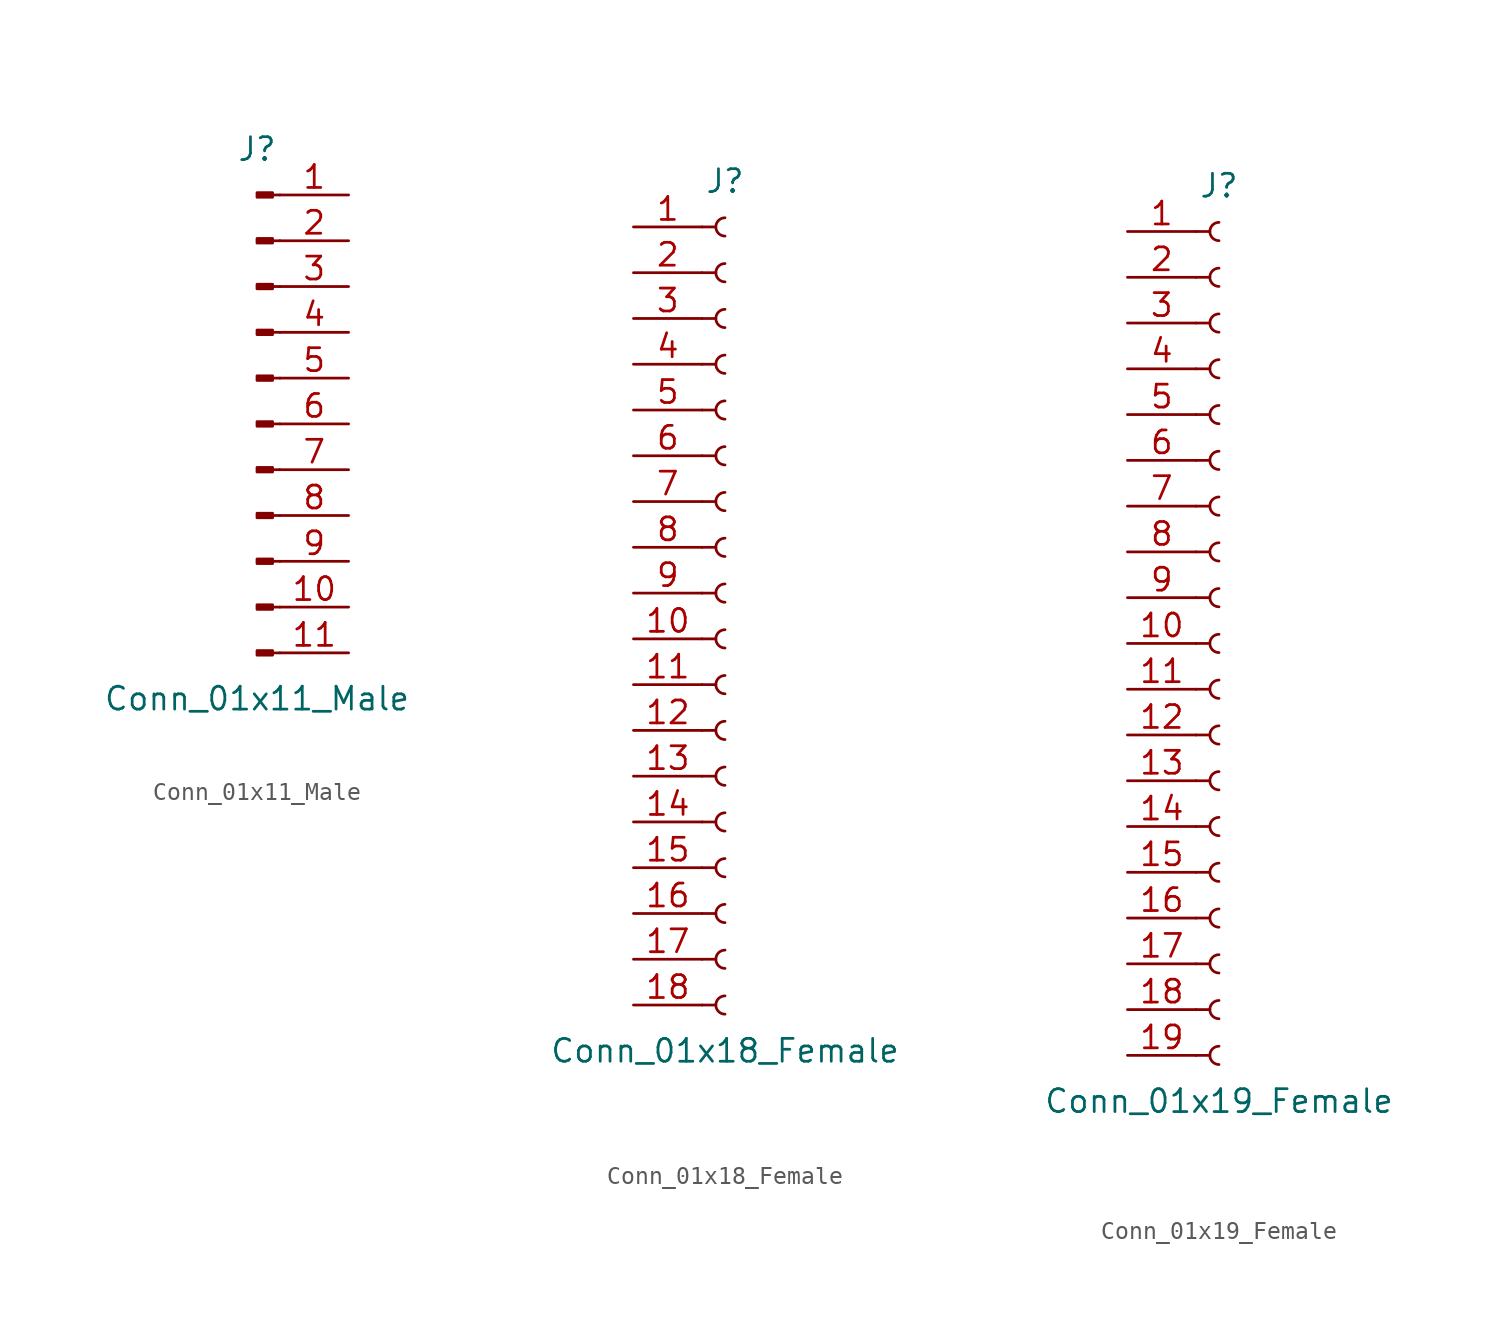
<source format=kicad_sym>
(kicad_symbol_lib
  (version 20201005)
  (generator kicad_symbol_editor)
  (symbol "Conn_01x11_Male"
    (pin_names
      (offset 1.016) hide)
    (property "Reference" "J"
      (at 0 15.24 0)
      (effects (font (size 1.27 1.27))))
    (property "Value" "Conn_01x11_Male"
      (at 0 -15.24 0)
      (effects (font (size 1.27 1.27))))
    (symbol "Conn_01x11_Male_1_1"
      (rectangle (start 0.864 -12.573) (end 0 -12.827) (stroke (width 0.152)) (fill (type outline)))
      (rectangle (start 0.864 -10.033) (end 0 -10.287) (stroke (width 0.152)) (fill (type outline)))
      (rectangle (start 0.864 -7.493) (end 0 -7.747) (stroke (width 0.152)) (fill (type outline)))
      (rectangle (start 0.864 -4.953) (end 0 -5.207) (stroke (width 0.152)) (fill (type outline)))
      (rectangle (start 0.864 -2.413) (end 0 -2.667) (stroke (width 0.152)) (fill (type outline)))
      (rectangle (start 0.864 0.127) (end 0 -0.127) (stroke (width 0.152)) (fill (type outline)))
      (rectangle (start 0.864 2.667) (end 0 2.413) (stroke (width 0.152)) (fill (type outline)))
      (rectangle (start 0.864 5.207) (end 0 4.953) (stroke (width 0.152)) (fill (type outline)))
      (rectangle (start 0.864 7.747) (end 0 7.493) (stroke (width 0.152)) (fill (type outline)))
      (rectangle (start 0.864 10.287) (end 0 10.033) (stroke (width 0.152)) (fill (type outline)))
      (rectangle (start 0.864 12.827) (end 0 12.573) (stroke (width 0.152)) (fill (type outline)))
      (polyline (pts (xy 1.27 -12.7) (xy 0.864 -12.7)) (stroke (width 0.152)) (fill (type none)))
      (polyline (pts (xy 1.27 -10.16) (xy 0.864 -10.16)) (stroke (width 0.152)) (fill (type none)))
      (polyline (pts (xy 1.27 -7.62) (xy 0.864 -7.62)) (stroke (width 0.152)) (fill (type none)))
      (polyline (pts (xy 1.27 -5.08) (xy 0.864 -5.08)) (stroke (width 0.152)) (fill (type none)))
      (polyline (pts (xy 1.27 -2.54) (xy 0.864 -2.54)) (stroke (width 0.152)) (fill (type none)))
      (polyline (pts (xy 1.27 0) (xy 0.864 0)) (stroke (width 0.152)) (fill (type none)))
      (polyline (pts (xy 1.27 2.54) (xy 0.864 2.54)) (stroke (width 0.152)) (fill (type none)))
      (polyline (pts (xy 1.27 5.08) (xy 0.864 5.08)) (stroke (width 0.152)) (fill (type none)))
      (polyline (pts (xy 1.27 7.62) (xy 0.864 7.62)) (stroke (width 0.152)) (fill (type none)))
      (polyline (pts (xy 1.27 10.16) (xy 0.864 10.16)) (stroke (width 0.152)) (fill (type none)))
      (polyline (pts (xy 1.27 12.7) (xy 0.864 12.7)) (stroke (width 0.152)) (fill (type none)))
      (pin passive line (at 5.08 12.7 180) (length 3.81) (name "Pin_1" (effects (font (size 1.27 1.27)))) (number "1" (effects (font (size 1.27 1.27)))))
      (pin passive line (at 5.08 -10.16 180) (length 3.81) (name "Pin_10" (effects (font (size 1.27 1.27)))) (number "10" (effects (font (size 1.27 1.27)))))
      (pin passive line (at 5.08 -12.7 180) (length 3.81) (name "Pin_11" (effects (font (size 1.27 1.27)))) (number "11" (effects (font (size 1.27 1.27)))))
      (pin passive line (at 5.08 10.16 180) (length 3.81) (name "Pin_2" (effects (font (size 1.27 1.27)))) (number "2" (effects (font (size 1.27 1.27)))))
      (pin passive line (at 5.08 7.62 180) (length 3.81) (name "Pin_3" (effects (font (size 1.27 1.27)))) (number "3" (effects (font (size 1.27 1.27)))))
      (pin passive line (at 5.08 5.08 180) (length 3.81) (name "Pin_4" (effects (font (size 1.27 1.27)))) (number "4" (effects (font (size 1.27 1.27)))))
      (pin passive line (at 5.08 2.54 180) (length 3.81) (name "Pin_5" (effects (font (size 1.27 1.27)))) (number "5" (effects (font (size 1.27 1.27)))))
      (pin passive line (at 5.08 0 180) (length 3.81) (name "Pin_6" (effects (font (size 1.27 1.27)))) (number "6" (effects (font (size 1.27 1.27)))))
      (pin passive line (at 5.08 -2.54 180) (length 3.81) (name "Pin_7" (effects (font (size 1.27 1.27)))) (number "7" (effects (font (size 1.27 1.27)))))
      (pin passive line (at 5.08 -5.08 180) (length 3.81) (name "Pin_8" (effects (font (size 1.27 1.27)))) (number "8" (effects (font (size 1.27 1.27)))))
      (pin passive line (at 5.08 -7.62 180) (length 3.81) (name "Pin_9" (effects (font (size 1.27 1.27)))) (number "9" (effects (font (size 1.27 1.27)))))))
  (symbol "Conn_01x18_Female"
    (pin_names
      (offset 1.016) hide)
    (property "Reference" "J"
      (at 0 22.86 0)
      (effects (font (size 1.27 1.27))))
    (property "Value" "Conn_01x18_Female"
      (at 0 -25.4 0)
      (effects (font (size 1.27 1.27))))
    (symbol "Conn_01x18_Female_1_1"
      (arc (start 0 -22.352) (end 0 -23.368) (radius (at 0 -22.86) (length 0.508) (angles 90.1 -90.1)) (stroke (width 0.1524)) (fill (type none)))
      (arc (start 0 -19.812) (end 0 -20.828) (radius (at 0 -20.32) (length 0.508) (angles 90.1 -90.1)) (stroke (width 0.1524)) (fill (type none)))
      (arc (start 0 -17.272) (end 0 -18.288) (radius (at 0 -17.78) (length 0.508) (angles 90.1 -90.1)) (stroke (width 0.1524)) (fill (type none)))
      (arc (start 0 -14.732) (end 0 -15.748) (radius (at 0 -15.24) (length 0.508) (angles 90.1 -90.1)) (stroke (width 0.1524)) (fill (type none)))
      (arc (start 0 -12.192) (end 0 -13.208) (radius (at 0 -12.7) (length 0.508) (angles 90.1 -90.1)) (stroke (width 0.1524)) (fill (type none)))
      (arc (start 0 -9.652) (end 0 -10.668) (radius (at 0 -10.16) (length 0.508) (angles 90.1 -90.1)) (stroke (width 0.1524)) (fill (type none)))
      (arc (start 0 -7.112) (end 0 -8.128) (radius (at 0 -7.62) (length 0.508) (angles 90.1 -90.1)) (stroke (width 0.1524)) (fill (type none)))
      (arc (start 0 -4.572) (end 0 -5.588) (radius (at 0 -5.08) (length 0.508) (angles 90.1 -90.1)) (stroke (width 0.1524)) (fill (type none)))
      (arc (start 0 -2.032) (end 0 -3.048) (radius (at 0 -2.54) (length 0.508) (angles 90.1 -90.1)) (stroke (width 0.1524)) (fill (type none)))
      (arc (start 0 0.508) (end 0 -0.508) (radius (at 0 0) (length 0.508) (angles 90.1 -90.1)) (stroke (width 0.1524)) (fill (type none)))
      (arc (start 0 3.048) (end 0 2.032) (radius (at 0 2.54) (length 0.508) (angles 90.1 -90.1)) (stroke (width 0.1524)) (fill (type none)))
      (arc (start 0 5.588) (end 0 4.572) (radius (at 0 5.08) (length 0.508) (angles 90.1 -90.1)) (stroke (width 0.1524)) (fill (type none)))
      (arc (start 0 8.128) (end 0 7.112) (radius (at 0 7.62) (length 0.508) (angles 90.1 -90.1)) (stroke (width 0.1524)) (fill (type none)))
      (arc (start 0 10.668) (end 0 9.652) (radius (at 0 10.16) (length 0.508) (angles 90.1 -90.1)) (stroke (width 0.1524)) (fill (type none)))
      (arc (start 0 13.208) (end 0 12.192) (radius (at 0 12.7) (length 0.508) (angles 90.1 -90.1)) (stroke (width 0.1524)) (fill (type none)))
      (arc (start 0 15.748) (end 0 14.732) (radius (at 0 15.24) (length 0.508) (angles 90.1 -90.1)) (stroke (width 0.1524)) (fill (type none)))
      (arc (start 0 18.288) (end 0 17.272) (radius (at 0 17.78) (length 0.508) (angles 90.1 -90.1)) (stroke (width 0.1524)) (fill (type none)))
      (arc (start 0 20.828) (end 0 19.812) (radius (at 0 20.32) (length 0.508) (angles 90.1 -90.1)) (stroke (width 0.1524)) (fill (type none)))
      (polyline (pts (xy -1.27 -22.86) (xy -0.508 -22.86)) (stroke (width 0.152)) (fill (type none)))
      (polyline (pts (xy -1.27 -20.32) (xy -0.508 -20.32)) (stroke (width 0.152)) (fill (type none)))
      (polyline (pts (xy -1.27 -17.78) (xy -0.508 -17.78)) (stroke (width 0.152)) (fill (type none)))
      (polyline (pts (xy -1.27 -15.24) (xy -0.508 -15.24)) (stroke (width 0.152)) (fill (type none)))
      (polyline (pts (xy -1.27 -12.7) (xy -0.508 -12.7)) (stroke (width 0.152)) (fill (type none)))
      (polyline (pts (xy -1.27 -10.16) (xy -0.508 -10.16)) (stroke (width 0.152)) (fill (type none)))
      (polyline (pts (xy -1.27 -7.62) (xy -0.508 -7.62)) (stroke (width 0.152)) (fill (type none)))
      (polyline (pts (xy -1.27 -5.08) (xy -0.508 -5.08)) (stroke (width 0.152)) (fill (type none)))
      (polyline (pts (xy -1.27 -2.54) (xy -0.508 -2.54)) (stroke (width 0.152)) (fill (type none)))
      (polyline (pts (xy -1.27 0) (xy -0.508 0)) (stroke (width 0.152)) (fill (type none)))
      (polyline (pts (xy -1.27 2.54) (xy -0.508 2.54)) (stroke (width 0.152)) (fill (type none)))
      (polyline (pts (xy -1.27 5.08) (xy -0.508 5.08)) (stroke (width 0.152)) (fill (type none)))
      (polyline (pts (xy -1.27 7.62) (xy -0.508 7.62)) (stroke (width 0.152)) (fill (type none)))
      (polyline (pts (xy -1.27 10.16) (xy -0.508 10.16)) (stroke (width 0.152)) (fill (type none)))
      (polyline (pts (xy -1.27 12.7) (xy -0.508 12.7)) (stroke (width 0.152)) (fill (type none)))
      (polyline (pts (xy -1.27 15.24) (xy -0.508 15.24)) (stroke (width 0.152)) (fill (type none)))
      (polyline (pts (xy -1.27 17.78) (xy -0.508 17.78)) (stroke (width 0.152)) (fill (type none)))
      (polyline (pts (xy -1.27 20.32) (xy -0.508 20.32)) (stroke (width 0.152)) (fill (type none)))
      (pin passive line (at -5.08 20.32 0) (length 3.81) (name "Pin_1" (effects (font (size 1.27 1.27)))) (number "1" (effects (font (size 1.27 1.27)))))
      (pin passive line (at -5.08 -2.54 0) (length 3.81) (name "Pin_10" (effects (font (size 1.27 1.27)))) (number "10" (effects (font (size 1.27 1.27)))))
      (pin passive line (at -5.08 -5.08 0) (length 3.81) (name "Pin_11" (effects (font (size 1.27 1.27)))) (number "11" (effects (font (size 1.27 1.27)))))
      (pin passive line (at -5.08 -7.62 0) (length 3.81) (name "Pin_12" (effects (font (size 1.27 1.27)))) (number "12" (effects (font (size 1.27 1.27)))))
      (pin passive line (at -5.08 -10.16 0) (length 3.81) (name "Pin_13" (effects (font (size 1.27 1.27)))) (number "13" (effects (font (size 1.27 1.27)))))
      (pin passive line (at -5.08 -12.7 0) (length 3.81) (name "Pin_14" (effects (font (size 1.27 1.27)))) (number "14" (effects (font (size 1.27 1.27)))))
      (pin passive line (at -5.08 -15.24 0) (length 3.81) (name "Pin_15" (effects (font (size 1.27 1.27)))) (number "15" (effects (font (size 1.27 1.27)))))
      (pin passive line (at -5.08 -17.78 0) (length 3.81) (name "Pin_16" (effects (font (size 1.27 1.27)))) (number "16" (effects (font (size 1.27 1.27)))))
      (pin passive line (at -5.08 -20.32 0) (length 3.81) (name "Pin_17" (effects (font (size 1.27 1.27)))) (number "17" (effects (font (size 1.27 1.27)))))
      (pin passive line (at -5.08 -22.86 0) (length 3.81) (name "Pin_18" (effects (font (size 1.27 1.27)))) (number "18" (effects (font (size 1.27 1.27)))))
      (pin passive line (at -5.08 17.78 0) (length 3.81) (name "Pin_2" (effects (font (size 1.27 1.27)))) (number "2" (effects (font (size 1.27 1.27)))))
      (pin passive line (at -5.08 15.24 0) (length 3.81) (name "Pin_3" (effects (font (size 1.27 1.27)))) (number "3" (effects (font (size 1.27 1.27)))))
      (pin passive line (at -5.08 12.7 0) (length 3.81) (name "Pin_4" (effects (font (size 1.27 1.27)))) (number "4" (effects (font (size 1.27 1.27)))))
      (pin passive line (at -5.08 10.16 0) (length 3.81) (name "Pin_5" (effects (font (size 1.27 1.27)))) (number "5" (effects (font (size 1.27 1.27)))))
      (pin passive line (at -5.08 7.62 0) (length 3.81) (name "Pin_6" (effects (font (size 1.27 1.27)))) (number "6" (effects (font (size 1.27 1.27)))))
      (pin passive line (at -5.08 5.08 0) (length 3.81) (name "Pin_7" (effects (font (size 1.27 1.27)))) (number "7" (effects (font (size 1.27 1.27)))))
      (pin passive line (at -5.08 2.54 0) (length 3.81) (name "Pin_8" (effects (font (size 1.27 1.27)))) (number "8" (effects (font (size 1.27 1.27)))))
      (pin passive line (at -5.08 0 0) (length 3.81) (name "Pin_9" (effects (font (size 1.27 1.27)))) (number "9" (effects (font (size 1.27 1.27)))))))
  (symbol "Conn_01x19_Female"
    (pin_names
      (offset 1.016) hide)
    (property "Reference" "J"
      (at 0 25.4 0)
      (effects (font (size 1.27 1.27))))
    (property "Value" "Conn_01x19_Female"
      (at 0 -25.4 0)
      (effects (font (size 1.27 1.27))))
    (symbol "Conn_01x19_Female_1_1"
      (arc (start 0 -22.352) (end 0 -23.368) (radius (at 0 -22.86) (length 0.508) (angles 90.1 -90.1)) (stroke (width 0.1524)) (fill (type none)))
      (arc (start 0 -19.812) (end 0 -20.828) (radius (at 0 -20.32) (length 0.508) (angles 90.1 -90.1)) (stroke (width 0.1524)) (fill (type none)))
      (arc (start 0 -17.272) (end 0 -18.288) (radius (at 0 -17.78) (length 0.508) (angles 90.1 -90.1)) (stroke (width 0.1524)) (fill (type none)))
      (arc (start 0 -14.732) (end 0 -15.748) (radius (at 0 -15.24) (length 0.508) (angles 90.1 -90.1)) (stroke (width 0.1524)) (fill (type none)))
      (arc (start 0 -12.192) (end 0 -13.208) (radius (at 0 -12.7) (length 0.508) (angles 90.1 -90.1)) (stroke (width 0.1524)) (fill (type none)))
      (arc (start 0 -9.652) (end 0 -10.668) (radius (at 0 -10.16) (length 0.508) (angles 90.1 -90.1)) (stroke (width 0.1524)) (fill (type none)))
      (arc (start 0 -7.112) (end 0 -8.128) (radius (at 0 -7.62) (length 0.508) (angles 90.1 -90.1)) (stroke (width 0.1524)) (fill (type none)))
      (arc (start 0 -4.572) (end 0 -5.588) (radius (at 0 -5.08) (length 0.508) (angles 90.1 -90.1)) (stroke (width 0.1524)) (fill (type none)))
      (arc (start 0 -2.032) (end 0 -3.048) (radius (at 0 -2.54) (length 0.508) (angles 90.1 -90.1)) (stroke (width 0.1524)) (fill (type none)))
      (arc (start 0 0.508) (end 0 -0.508) (radius (at 0 0) (length 0.508) (angles 90.1 -90.1)) (stroke (width 0.1524)) (fill (type none)))
      (arc (start 0 3.048) (end 0 2.032) (radius (at 0 2.54) (length 0.508) (angles 90.1 -90.1)) (stroke (width 0.1524)) (fill (type none)))
      (arc (start 0 5.588) (end 0 4.572) (radius (at 0 5.08) (length 0.508) (angles 90.1 -90.1)) (stroke (width 0.1524)) (fill (type none)))
      (arc (start 0 8.128) (end 0 7.112) (radius (at 0 7.62) (length 0.508) (angles 90.1 -90.1)) (stroke (width 0.1524)) (fill (type none)))
      (arc (start 0 10.668) (end 0 9.652) (radius (at 0 10.16) (length 0.508) (angles 90.1 -90.1)) (stroke (width 0.1524)) (fill (type none)))
      (arc (start 0 13.208) (end 0 12.192) (radius (at 0 12.7) (length 0.508) (angles 90.1 -90.1)) (stroke (width 0.1524)) (fill (type none)))
      (arc (start 0 15.748) (end 0 14.732) (radius (at 0 15.24) (length 0.508) (angles 90.1 -90.1)) (stroke (width 0.1524)) (fill (type none)))
      (arc (start 0 18.288) (end 0 17.272) (radius (at 0 17.78) (length 0.508) (angles 90.1 -90.1)) (stroke (width 0.1524)) (fill (type none)))
      (arc (start 0 20.828) (end 0 19.812) (radius (at 0 20.32) (length 0.508) (angles 90.1 -90.1)) (stroke (width 0.1524)) (fill (type none)))
      (arc (start 0 23.368) (end 0 22.352) (radius (at 0 22.86) (length 0.508) (angles 90.1 -90.1)) (stroke (width 0.1524)) (fill (type none)))
      (polyline (pts (xy -1.27 -22.86) (xy -0.508 -22.86)) (stroke (width 0.152)) (fill (type none)))
      (polyline (pts (xy -1.27 -20.32) (xy -0.508 -20.32)) (stroke (width 0.152)) (fill (type none)))
      (polyline (pts (xy -1.27 -17.78) (xy -0.508 -17.78)) (stroke (width 0.152)) (fill (type none)))
      (polyline (pts (xy -1.27 -15.24) (xy -0.508 -15.24)) (stroke (width 0.152)) (fill (type none)))
      (polyline (pts (xy -1.27 -12.7) (xy -0.508 -12.7)) (stroke (width 0.152)) (fill (type none)))
      (polyline (pts (xy -1.27 -10.16) (xy -0.508 -10.16)) (stroke (width 0.152)) (fill (type none)))
      (polyline (pts (xy -1.27 -7.62) (xy -0.508 -7.62)) (stroke (width 0.152)) (fill (type none)))
      (polyline (pts (xy -1.27 -5.08) (xy -0.508 -5.08)) (stroke (width 0.152)) (fill (type none)))
      (polyline (pts (xy -1.27 -2.54) (xy -0.508 -2.54)) (stroke (width 0.152)) (fill (type none)))
      (polyline (pts (xy -1.27 0) (xy -0.508 0)) (stroke (width 0.152)) (fill (type none)))
      (polyline (pts (xy -1.27 2.54) (xy -0.508 2.54)) (stroke (width 0.152)) (fill (type none)))
      (polyline (pts (xy -1.27 5.08) (xy -0.508 5.08)) (stroke (width 0.152)) (fill (type none)))
      (polyline (pts (xy -1.27 7.62) (xy -0.508 7.62)) (stroke (width 0.152)) (fill (type none)))
      (polyline (pts (xy -1.27 10.16) (xy -0.508 10.16)) (stroke (width 0.152)) (fill (type none)))
      (polyline (pts (xy -1.27 12.7) (xy -0.508 12.7)) (stroke (width 0.152)) (fill (type none)))
      (polyline (pts (xy -1.27 15.24) (xy -0.508 15.24)) (stroke (width 0.152)) (fill (type none)))
      (polyline (pts (xy -1.27 17.78) (xy -0.508 17.78)) (stroke (width 0.152)) (fill (type none)))
      (polyline (pts (xy -1.27 20.32) (xy -0.508 20.32)) (stroke (width 0.152)) (fill (type none)))
      (polyline (pts (xy -1.27 22.86) (xy -0.508 22.86)) (stroke (width 0.152)) (fill (type none)))
      (pin passive line (at -5.08 22.86 0) (length 3.81) (name "Pin_1" (effects (font (size 1.27 1.27)))) (number "1" (effects (font (size 1.27 1.27)))))
      (pin passive line (at -5.08 0 0) (length 3.81) (name "Pin_10" (effects (font (size 1.27 1.27)))) (number "10" (effects (font (size 1.27 1.27)))))
      (pin passive line (at -5.08 -2.54 0) (length 3.81) (name "Pin_11" (effects (font (size 1.27 1.27)))) (number "11" (effects (font (size 1.27 1.27)))))
      (pin passive line (at -5.08 -5.08 0) (length 3.81) (name "Pin_12" (effects (font (size 1.27 1.27)))) (number "12" (effects (font (size 1.27 1.27)))))
      (pin passive line (at -5.08 -7.62 0) (length 3.81) (name "Pin_13" (effects (font (size 1.27 1.27)))) (number "13" (effects (font (size 1.27 1.27)))))
      (pin passive line (at -5.08 -10.16 0) (length 3.81) (name "Pin_14" (effects (font (size 1.27 1.27)))) (number "14" (effects (font (size 1.27 1.27)))))
      (pin passive line (at -5.08 -12.7 0) (length 3.81) (name "Pin_15" (effects (font (size 1.27 1.27)))) (number "15" (effects (font (size 1.27 1.27)))))
      (pin passive line (at -5.08 -15.24 0) (length 3.81) (name "Pin_16" (effects (font (size 1.27 1.27)))) (number "16" (effects (font (size 1.27 1.27)))))
      (pin passive line (at -5.08 -17.78 0) (length 3.81) (name "Pin_17" (effects (font (size 1.27 1.27)))) (number "17" (effects (font (size 1.27 1.27)))))
      (pin passive line (at -5.08 -20.32 0) (length 3.81) (name "Pin_18" (effects (font (size 1.27 1.27)))) (number "18" (effects (font (size 1.27 1.27)))))
      (pin passive line (at -5.08 -22.86 0) (length 3.81) (name "Pin_19" (effects (font (size 1.27 1.27)))) (number "19" (effects (font (size 1.27 1.27)))))
      (pin passive line (at -5.08 20.32 0) (length 3.81) (name "Pin_2" (effects (font (size 1.27 1.27)))) (number "2" (effects (font (size 1.27 1.27)))))
      (pin passive line (at -5.08 17.78 0) (length 3.81) (name "Pin_3" (effects (font (size 1.27 1.27)))) (number "3" (effects (font (size 1.27 1.27)))))
      (pin passive line (at -5.08 15.24 0) (length 3.81) (name "Pin_4" (effects (font (size 1.27 1.27)))) (number "4" (effects (font (size 1.27 1.27)))))
      (pin passive line (at -5.08 12.7 0) (length 3.81) (name "Pin_5" (effects (font (size 1.27 1.27)))) (number "5" (effects (font (size 1.27 1.27)))))
      (pin passive line (at -5.08 10.16 0) (length 3.81) (name "Pin_6" (effects (font (size 1.27 1.27)))) (number "6" (effects (font (size 1.27 1.27)))))
      (pin passive line (at -5.08 7.62 0) (length 3.81) (name "Pin_7" (effects (font (size 1.27 1.27)))) (number "7" (effects (font (size 1.27 1.27)))))
      (pin passive line (at -5.08 5.08 0) (length 3.81) (name "Pin_8" (effects (font (size 1.27 1.27)))) (number "8" (effects (font (size 1.27 1.27)))))
      (pin passive line (at -5.08 2.54 0) (length 3.81) (name "Pin_9" (effects (font (size 1.27 1.27)))) (number "9" (effects (font (size 1.27 1.27))))))))
</source>
